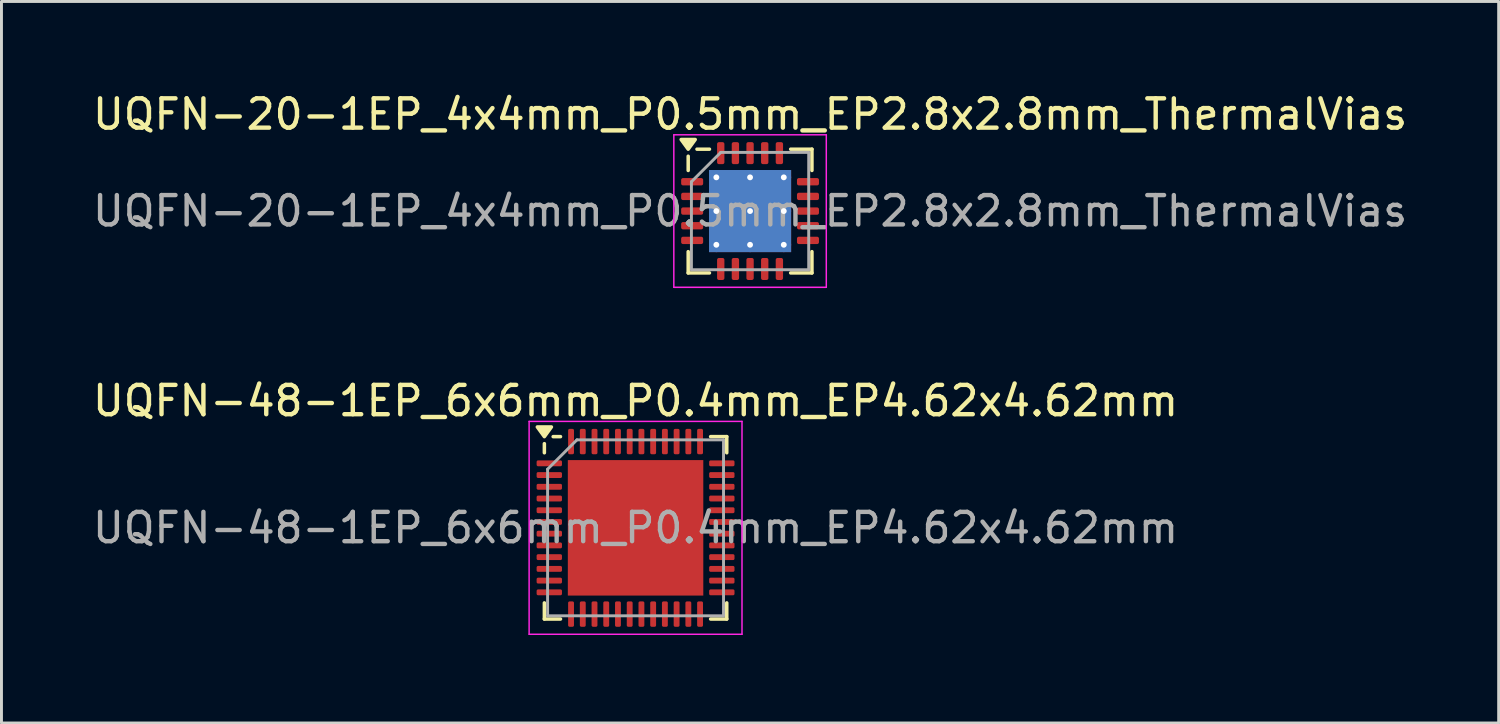
<source format=kicad_pcb>
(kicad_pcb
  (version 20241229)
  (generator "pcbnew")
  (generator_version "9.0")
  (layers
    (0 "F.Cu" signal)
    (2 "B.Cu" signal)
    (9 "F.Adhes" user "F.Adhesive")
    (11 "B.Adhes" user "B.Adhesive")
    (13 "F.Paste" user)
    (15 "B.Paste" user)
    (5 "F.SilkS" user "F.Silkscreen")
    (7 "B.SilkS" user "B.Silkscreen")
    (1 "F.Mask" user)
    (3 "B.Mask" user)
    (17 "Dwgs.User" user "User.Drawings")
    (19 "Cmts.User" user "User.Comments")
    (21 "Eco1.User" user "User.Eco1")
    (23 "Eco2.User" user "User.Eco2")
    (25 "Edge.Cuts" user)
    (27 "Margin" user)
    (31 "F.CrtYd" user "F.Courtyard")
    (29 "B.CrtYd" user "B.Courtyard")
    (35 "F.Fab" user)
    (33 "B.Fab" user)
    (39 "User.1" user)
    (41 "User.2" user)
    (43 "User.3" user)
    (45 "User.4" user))
  (footprint "UQFN-20-1EP_4x4mm_P0.5mm_EP2.8x2.8mm_ThermalVias"
    (layer "F.Cu")
    (at 22.53 4.148)
    (property "Reference" "UQFN-20-1EP_4x4mm_P0.5mm_EP2.8x2.8mm_ThermalVias" (at 0 -3.3 0) (layer "F.SilkS") (effects (font (size 1 1) (thickness 0.15))))
    (attr smd)
    (fp_line (start -2.11 -1.385) (end -2.11 -1.87) (stroke (width 0.12) (type solid)) (layer "F.SilkS"))
    (fp_line (start -2.11 2.11) (end -2.11 1.385) (stroke (width 0.12) (type solid)) (layer "F.SilkS"))
    (fp_line (start -1.385 -2.11) (end -1.81 -2.11) (stroke (width 0.12) (type solid)) (layer "F.SilkS"))
    (fp_line (start -1.385 2.11) (end -2.11 2.11) (stroke (width 0.12) (type solid)) (layer "F.SilkS"))
    (fp_line (start 1.385 -2.11) (end 2.11 -2.11) (stroke (width 0.12) (type solid)) (layer "F.SilkS"))
    (fp_line (start 1.385 2.11) (end 2.11 2.11) (stroke (width 0.12) (type solid)) (layer "F.SilkS"))
    (fp_line (start 2.11 -2.11) (end 2.11 -1.385) (stroke (width 0.12) (type solid)) (layer "F.SilkS"))
    (fp_line (start 2.11 2.11) (end 2.11 1.385) (stroke (width 0.12) (type solid)) (layer "F.SilkS"))
    (fp_poly (pts (xy -2.11 -2.11) (xy -2.35 -2.44) (xy -1.87 -2.44) (xy -2.11 -2.11)) (stroke (width 0.12) (type solid)) (fill yes) (layer "F.SilkS"))
    (fp_line (start -2.6 -2.6) (end -2.6 2.6) (stroke (width 0.05) (type solid)) (layer "F.CrtYd"))
    (fp_line (start -2.6 2.6) (end 2.6 2.6) (stroke (width 0.05) (type solid)) (layer "F.CrtYd"))
    (fp_line (start 2.6 -2.6) (end -2.6 -2.6) (stroke (width 0.05) (type solid)) (layer "F.CrtYd"))
    (fp_line (start 2.6 2.6) (end 2.6 -2.6) (stroke (width 0.05) (type solid)) (layer "F.CrtYd"))
    (fp_line (start -2 -1) (end -1 -2) (stroke (width 0.1) (type solid)) (layer "F.Fab"))
    (fp_line (start -2 2) (end -2 -1) (stroke (width 0.1) (type solid)) (layer "F.Fab"))
    (fp_line (start -1 -2) (end 2 -2) (stroke (width 0.1) (type solid)) (layer "F.Fab"))
    (fp_line (start 2 -2) (end 2 2) (stroke (width 0.1) (type solid)) (layer "F.Fab"))
    (fp_line (start 2 2) (end -2 2) (stroke (width 0.1) (type solid)) (layer "F.Fab"))
    (fp_text user "${REFERENCE}" (at 0 0 0) (layer "F.Fab") (effects (font (size 1 1) (thickness 0.15))))
    (pad "" smd roundrect (at -0.7 -0.7) (size 1.17 1.17) (layers "F.Paste") (roundrect_rratio 0.214))
    (pad "" smd roundrect (at -0.7 0.7) (size 1.17 1.17) (layers "F.Paste") (roundrect_rratio 0.214))
    (pad "" smd roundrect (at 0.7 -0.7) (size 1.17 1.17) (layers "F.Paste") (roundrect_rratio 0.214))
    (pad "" smd roundrect (at 0.7 0.7) (size 1.17 1.17) (layers "F.Paste") (roundrect_rratio 0.214))
    (pad "1" smd roundrect (at -1.975 -1) (size 0.75 0.25) (layers "F.Cu" "F.Mask" "F.Paste") (roundrect_rratio 0.25))
    (pad "2" smd roundrect (at -1.975 -0.5) (size 0.75 0.25) (layers "F.Cu" "F.Mask" "F.Paste") (roundrect_rratio 0.25))
    (pad "3" smd roundrect (at -1.975 0) (size 0.75 0.25) (layers "F.Cu" "F.Mask" "F.Paste") (roundrect_rratio 0.25))
    (pad "4" smd roundrect (at -1.975 0.5) (size 0.75 0.25) (layers "F.Cu" "F.Mask" "F.Paste") (roundrect_rratio 0.25))
    (pad "5" smd roundrect (at -1.975 1) (size 0.75 0.25) (layers "F.Cu" "F.Mask" "F.Paste") (roundrect_rratio 0.25))
    (pad "6" smd roundrect (at -1 1.975) (size 0.25 0.75) (layers "F.Cu" "F.Mask" "F.Paste") (roundrect_rratio 0.25))
    (pad "7" smd roundrect (at -0.5 1.975) (size 0.25 0.75) (layers "F.Cu" "F.Mask" "F.Paste") (roundrect_rratio 0.25))
    (pad "8" smd roundrect (at 0 1.975) (size 0.25 0.75) (layers "F.Cu" "F.Mask" "F.Paste") (roundrect_rratio 0.25))
    (pad "9" smd roundrect (at 0.5 1.975) (size 0.25 0.75) (layers "F.Cu" "F.Mask" "F.Paste") (roundrect_rratio 0.25))
    (pad "10" smd roundrect (at 1 1.975) (size 0.25 0.75) (layers "F.Cu" "F.Mask" "F.Paste") (roundrect_rratio 0.25))
    (pad "11" smd roundrect (at 1.975 1) (size 0.75 0.25) (layers "F.Cu" "F.Mask" "F.Paste") (roundrect_rratio 0.25))
    (pad "12" smd roundrect (at 1.975 0.5) (size 0.75 0.25) (layers "F.Cu" "F.Mask" "F.Paste") (roundrect_rratio 0.25))
    (pad "13" smd roundrect (at 1.975 0) (size 0.75 0.25) (layers "F.Cu" "F.Mask" "F.Paste") (roundrect_rratio 0.25))
    (pad "14" smd roundrect (at 1.975 -0.5) (size 0.75 0.25) (layers "F.Cu" "F.Mask" "F.Paste") (roundrect_rratio 0.25))
    (pad "15" smd roundrect (at 1.975 -1) (size 0.75 0.25) (layers "F.Cu" "F.Mask" "F.Paste") (roundrect_rratio 0.25))
    (pad "16" smd roundrect (at 1 -1.975) (size 0.25 0.75) (layers "F.Cu" "F.Mask" "F.Paste") (roundrect_rratio 0.25))
    (pad "17" smd roundrect (at 0.5 -1.975) (size 0.25 0.75) (layers "F.Cu" "F.Mask" "F.Paste") (roundrect_rratio 0.25))
    (pad "18" smd roundrect (at 0 -1.975) (size 0.25 0.75) (layers "F.Cu" "F.Mask" "F.Paste") (roundrect_rratio 0.25))
    (pad "19" smd roundrect (at -0.5 -1.975) (size 0.25 0.75) (layers "F.Cu" "F.Mask" "F.Paste") (roundrect_rratio 0.25))
    (pad "20" smd roundrect (at -1 -1.975) (size 0.25 0.75) (layers "F.Cu" "F.Mask" "F.Paste") (roundrect_rratio 0.25))
    (pad "21" thru_hole circle (at -1.15 -1.15) (size 0.5 0.5) (drill 0.2) (property pad_prop_heatsink) (layers "*.Cu"))
    (pad "21" thru_hole circle (at -1.15 0) (size 0.5 0.5) (drill 0.2) (property pad_prop_heatsink) (layers "*.Cu"))
    (pad "21" thru_hole circle (at -1.15 1.15) (size 0.5 0.5) (drill 0.2) (property pad_prop_heatsink) (layers "*.Cu"))
    (pad "21" thru_hole circle (at 0 -1.15) (size 0.5 0.5) (drill 0.2) (property pad_prop_heatsink) (layers "*.Cu"))
    (pad "21" thru_hole circle (at 0 0) (size 0.5 0.5) (drill 0.2) (property pad_prop_heatsink) (layers "*.Cu"))
    (pad "21" smd rect (at 0 0) (size 2.8 2.8) (property pad_prop_heatsink) (layers "F.Cu" "F.Mask"))
    (pad "21" smd rect (at 0 0) (size 2.8 2.8) (property pad_prop_heatsink) (layers "B.Cu"))
    (pad "21" thru_hole circle (at 0 1.15) (size 0.5 0.5) (drill 0.2) (property pad_prop_heatsink) (layers "*.Cu"))
    (pad "21" thru_hole circle (at 1.15 -1.15) (size 0.5 0.5) (drill 0.2) (property pad_prop_heatsink) (layers "*.Cu"))
    (pad "21" thru_hole circle (at 1.15 0) (size 0.5 0.5) (drill 0.2) (property pad_prop_heatsink) (layers "*.Cu"))
    (pad "21" thru_hole circle (at 1.15 1.15) (size 0.5 0.5) (drill 0.2) (property pad_prop_heatsink) (layers "*.Cu")))
  (footprint "UQFN-48-1EP_6x6mm_P0.4mm_EP4.62x4.62mm"
    (layer "F.Cu")
    (at 18.625 14.951)
    (property "Reference" "UQFN-48-1EP_6x6mm_P0.4mm_EP4.62x4.62mm" (at 0 -4.33 0) (layer "F.SilkS") (effects (font (size 1 1) (thickness 0.15))))
    (attr smd)
    (fp_line (start -3.11 -2.56) (end -3.11 -2.87) (stroke (width 0.12) (type solid)) (layer "F.SilkS"))
    (fp_line (start -3.11 3.11) (end -3.11 2.56) (stroke (width 0.12) (type solid)) (layer "F.SilkS"))
    (fp_line (start -2.56 -3.11) (end -2.81 -3.11) (stroke (width 0.12) (type solid)) (layer "F.SilkS"))
    (fp_line (start -2.56 3.11) (end -3.11 3.11) (stroke (width 0.12) (type solid)) (layer "F.SilkS"))
    (fp_line (start 2.56 -3.11) (end 3.11 -3.11) (stroke (width 0.12) (type solid)) (layer "F.SilkS"))
    (fp_line (start 2.56 3.11) (end 3.11 3.11) (stroke (width 0.12) (type solid)) (layer "F.SilkS"))
    (fp_line (start 3.11 -3.11) (end 3.11 -2.56) (stroke (width 0.12) (type solid)) (layer "F.SilkS"))
    (fp_line (start 3.11 3.11) (end 3.11 2.56) (stroke (width 0.12) (type solid)) (layer "F.SilkS"))
    (fp_poly (pts (xy -3.11 -3.11) (xy -3.35 -3.44) (xy -2.87 -3.44) (xy -3.11 -3.11)) (stroke (width 0.12) (type solid)) (fill yes) (layer "F.SilkS"))
    (fp_line (start -3.63 -3.63) (end -3.63 3.63) (stroke (width 0.05) (type solid)) (layer "F.CrtYd"))
    (fp_line (start -3.63 3.63) (end 3.63 3.63) (stroke (width 0.05) (type solid)) (layer "F.CrtYd"))
    (fp_line (start 3.63 -3.63) (end -3.63 -3.63) (stroke (width 0.05) (type solid)) (layer "F.CrtYd"))
    (fp_line (start 3.63 3.63) (end 3.63 -3.63) (stroke (width 0.05) (type solid)) (layer "F.CrtYd"))
    (fp_line (start -3 -2) (end -2 -3) (stroke (width 0.1) (type solid)) (layer "F.Fab"))
    (fp_line (start -3 3) (end -3 -2) (stroke (width 0.1) (type solid)) (layer "F.Fab"))
    (fp_line (start -2 -3) (end 3 -3) (stroke (width 0.1) (type solid)) (layer "F.Fab"))
    (fp_line (start 3 -3) (end 3 3) (stroke (width 0.1) (type solid)) (layer "F.Fab"))
    (fp_line (start 3 3) (end -3 3) (stroke (width 0.1) (type solid)) (layer "F.Fab"))
    (fp_text user "${REFERENCE}" (at 0 0 0) (layer "F.Fab") (effects (font (size 1 1) (thickness 0.15))))
    (pad "" smd roundrect (at -1.155 -1.155) (size 1.86 1.86) (layers "F.Paste") (roundrect_rratio 0.134))
    (pad "" smd roundrect (at -1.155 1.155) (size 1.86 1.86) (layers "F.Paste") (roundrect_rratio 0.134))
    (pad "" smd roundrect (at 1.155 -1.155) (size 1.86 1.86) (layers "F.Paste") (roundrect_rratio 0.134))
    (pad "" smd roundrect (at 1.155 1.155) (size 1.86 1.86) (layers "F.Paste") (roundrect_rratio 0.134))
    (pad "1" smd roundrect (at -2.942 -2.2) (size 0.865 0.2) (layers "F.Cu" "F.Mask" "F.Paste") (roundrect_rratio 0.25))
    (pad "2" smd roundrect (at -2.942 -1.8) (size 0.865 0.2) (layers "F.Cu" "F.Mask" "F.Paste") (roundrect_rratio 0.25))
    (pad "3" smd roundrect (at -2.942 -1.4) (size 0.865 0.2) (layers "F.Cu" "F.Mask" "F.Paste") (roundrect_rratio 0.25))
    (pad "4" smd roundrect (at -2.942 -1) (size 0.865 0.2) (layers "F.Cu" "F.Mask" "F.Paste") (roundrect_rratio 0.25))
    (pad "5" smd roundrect (at -2.942 -0.6) (size 0.865 0.2) (layers "F.Cu" "F.Mask" "F.Paste") (roundrect_rratio 0.25))
    (pad "6" smd roundrect (at -2.942 -0.2) (size 0.865 0.2) (layers "F.Cu" "F.Mask" "F.Paste") (roundrect_rratio 0.25))
    (pad "7" smd roundrect (at -2.942 0.2) (size 0.865 0.2) (layers "F.Cu" "F.Mask" "F.Paste") (roundrect_rratio 0.25))
    (pad "8" smd roundrect (at -2.942 0.6) (size 0.865 0.2) (layers "F.Cu" "F.Mask" "F.Paste") (roundrect_rratio 0.25))
    (pad "9" smd roundrect (at -2.942 1) (size 0.865 0.2) (layers "F.Cu" "F.Mask" "F.Paste") (roundrect_rratio 0.25))
    (pad "10" smd roundrect (at -2.942 1.4) (size 0.865 0.2) (layers "F.Cu" "F.Mask" "F.Paste") (roundrect_rratio 0.25))
    (pad "11" smd roundrect (at -2.942 1.8) (size 0.865 0.2) (layers "F.Cu" "F.Mask" "F.Paste") (roundrect_rratio 0.25))
    (pad "12" smd roundrect (at -2.942 2.2) (size 0.865 0.2) (layers "F.Cu" "F.Mask" "F.Paste") (roundrect_rratio 0.25))
    (pad "13" smd roundrect (at -2.2 2.942) (size 0.2 0.865) (layers "F.Cu" "F.Mask" "F.Paste") (roundrect_rratio 0.25))
    (pad "14" smd roundrect (at -1.8 2.942) (size 0.2 0.865) (layers "F.Cu" "F.Mask" "F.Paste") (roundrect_rratio 0.25))
    (pad "15" smd roundrect (at -1.4 2.942) (size 0.2 0.865) (layers "F.Cu" "F.Mask" "F.Paste") (roundrect_rratio 0.25))
    (pad "16" smd roundrect (at -1 2.942) (size 0.2 0.865) (layers "F.Cu" "F.Mask" "F.Paste") (roundrect_rratio 0.25))
    (pad "17" smd roundrect (at -0.6 2.942) (size 0.2 0.865) (layers "F.Cu" "F.Mask" "F.Paste") (roundrect_rratio 0.25))
    (pad "18" smd roundrect (at -0.2 2.942) (size 0.2 0.865) (layers "F.Cu" "F.Mask" "F.Paste") (roundrect_rratio 0.25))
    (pad "19" smd roundrect (at 0.2 2.942) (size 0.2 0.865) (layers "F.Cu" "F.Mask" "F.Paste") (roundrect_rratio 0.25))
    (pad "20" smd roundrect (at 0.6 2.942) (size 0.2 0.865) (layers "F.Cu" "F.Mask" "F.Paste") (roundrect_rratio 0.25))
    (pad "21" smd roundrect (at 1 2.942) (size 0.2 0.865) (layers "F.Cu" "F.Mask" "F.Paste") (roundrect_rratio 0.25))
    (pad "22" smd roundrect (at 1.4 2.942) (size 0.2 0.865) (layers "F.Cu" "F.Mask" "F.Paste") (roundrect_rratio 0.25))
    (pad "23" smd roundrect (at 1.8 2.942) (size 0.2 0.865) (layers "F.Cu" "F.Mask" "F.Paste") (roundrect_rratio 0.25))
    (pad "24" smd roundrect (at 2.2 2.942) (size 0.2 0.865) (layers "F.Cu" "F.Mask" "F.Paste") (roundrect_rratio 0.25))
    (pad "25" smd roundrect (at 2.942 2.2) (size 0.865 0.2) (layers "F.Cu" "F.Mask" "F.Paste") (roundrect_rratio 0.25))
    (pad "26" smd roundrect (at 2.942 1.8) (size 0.865 0.2) (layers "F.Cu" "F.Mask" "F.Paste") (roundrect_rratio 0.25))
    (pad "27" smd roundrect (at 2.942 1.4) (size 0.865 0.2) (layers "F.Cu" "F.Mask" "F.Paste") (roundrect_rratio 0.25))
    (pad "28" smd roundrect (at 2.942 1) (size 0.865 0.2) (layers "F.Cu" "F.Mask" "F.Paste") (roundrect_rratio 0.25))
    (pad "29" smd roundrect (at 2.942 0.6) (size 0.865 0.2) (layers "F.Cu" "F.Mask" "F.Paste") (roundrect_rratio 0.25))
    (pad "30" smd roundrect (at 2.942 0.2) (size 0.865 0.2) (layers "F.Cu" "F.Mask" "F.Paste") (roundrect_rratio 0.25))
    (pad "31" smd roundrect (at 2.942 -0.2) (size 0.865 0.2) (layers "F.Cu" "F.Mask" "F.Paste") (roundrect_rratio 0.25))
    (pad "32" smd roundrect (at 2.942 -0.6) (size 0.865 0.2) (layers "F.Cu" "F.Mask" "F.Paste") (roundrect_rratio 0.25))
    (pad "33" smd roundrect (at 2.942 -1) (size 0.865 0.2) (layers "F.Cu" "F.Mask" "F.Paste") (roundrect_rratio 0.25))
    (pad "34" smd roundrect (at 2.942 -1.4) (size 0.865 0.2) (layers "F.Cu" "F.Mask" "F.Paste") (roundrect_rratio 0.25))
    (pad "35" smd roundrect (at 2.942 -1.8) (size 0.865 0.2) (layers "F.Cu" "F.Mask" "F.Paste") (roundrect_rratio 0.25))
    (pad "36" smd roundrect (at 2.942 -2.2) (size 0.865 0.2) (layers "F.Cu" "F.Mask" "F.Paste") (roundrect_rratio 0.25))
    (pad "37" smd roundrect (at 2.2 -2.942) (size 0.2 0.865) (layers "F.Cu" "F.Mask" "F.Paste") (roundrect_rratio 0.25))
    (pad "38" smd roundrect (at 1.8 -2.942) (size 0.2 0.865) (layers "F.Cu" "F.Mask" "F.Paste") (roundrect_rratio 0.25))
    (pad "39" smd roundrect (at 1.4 -2.942) (size 0.2 0.865) (layers "F.Cu" "F.Mask" "F.Paste") (roundrect_rratio 0.25))
    (pad "40" smd roundrect (at 1 -2.942) (size 0.2 0.865) (layers "F.Cu" "F.Mask" "F.Paste") (roundrect_rratio 0.25))
    (pad "41" smd roundrect (at 0.6 -2.942) (size 0.2 0.865) (layers "F.Cu" "F.Mask" "F.Paste") (roundrect_rratio 0.25))
    (pad "42" smd roundrect (at 0.2 -2.942) (size 0.2 0.865) (layers "F.Cu" "F.Mask" "F.Paste") (roundrect_rratio 0.25))
    (pad "43" smd roundrect (at -0.2 -2.942) (size 0.2 0.865) (layers "F.Cu" "F.Mask" "F.Paste") (roundrect_rratio 0.25))
    (pad "44" smd roundrect (at -0.6 -2.942) (size 0.2 0.865) (layers "F.Cu" "F.Mask" "F.Paste") (roundrect_rratio 0.25))
    (pad "45" smd roundrect (at -1 -2.942) (size 0.2 0.865) (layers "F.Cu" "F.Mask" "F.Paste") (roundrect_rratio 0.25))
    (pad "46" smd roundrect (at -1.4 -2.942) (size 0.2 0.865) (layers "F.Cu" "F.Mask" "F.Paste") (roundrect_rratio 0.25))
    (pad "47" smd roundrect (at -1.8 -2.942) (size 0.2 0.865) (layers "F.Cu" "F.Mask" "F.Paste") (roundrect_rratio 0.25))
    (pad "48" smd roundrect (at -2.2 -2.942) (size 0.2 0.865) (layers "F.Cu" "F.Mask" "F.Paste") (roundrect_rratio 0.25))
    (pad "49" smd rect (at 0 0) (size 4.62 4.62) (property pad_prop_heatsink) (layers "F.Cu" "F.Mask")))
  (gr_rect
    (start -3 -3)
    (end 48.06 21.607)
    (stroke (width 0.1) (type default))
    (fill no)
    (layer "Edge.Cuts")))
</source>
